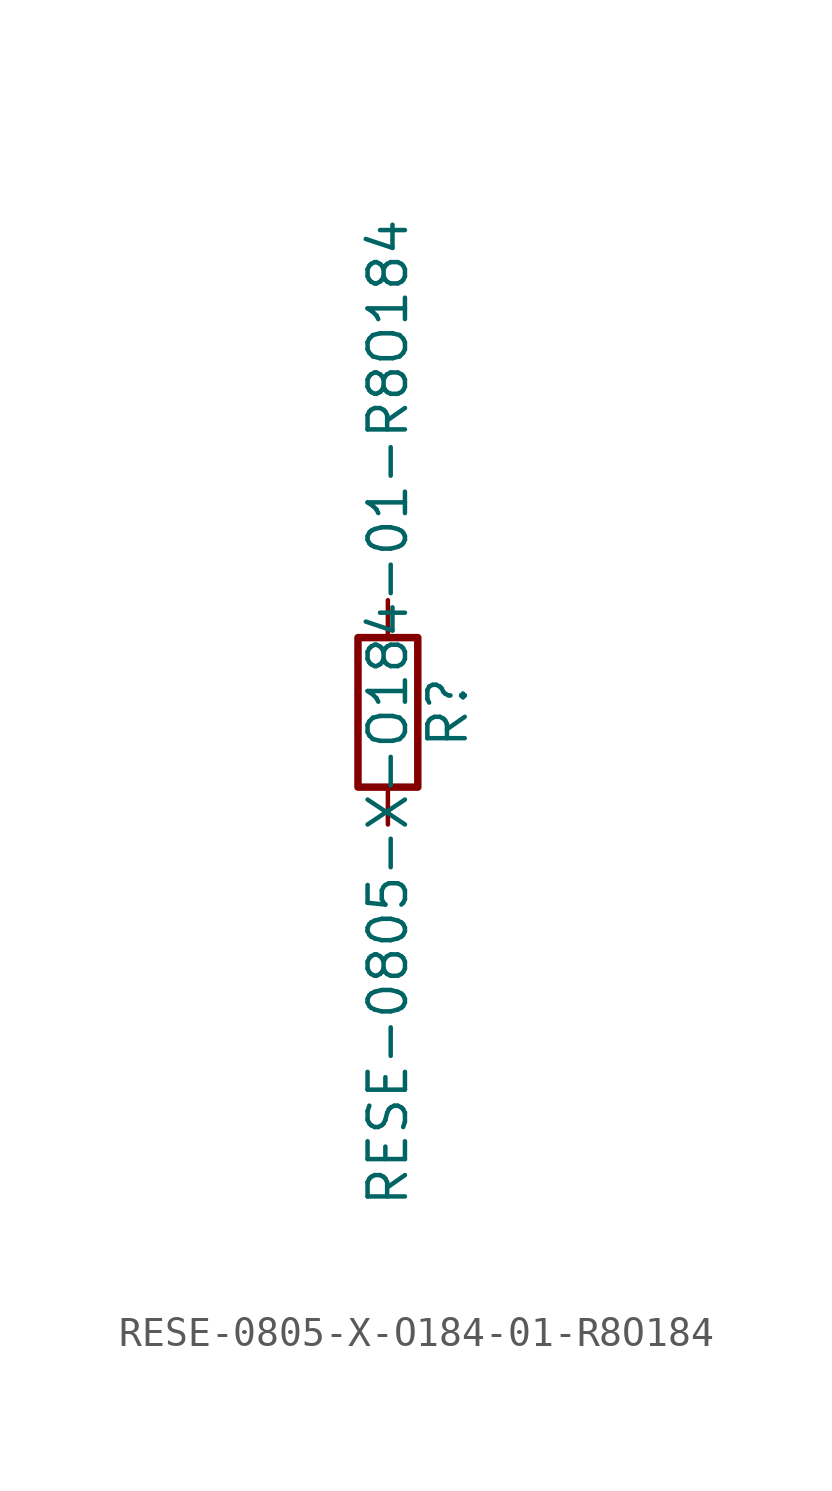
<source format=kicad_sym>
(kicad_symbol_lib
  (version 20211014)
  (generator kicad_symbol_editor)
  (symbol "RESE-0805-X-O184-01-R8O184"
    (pin_numbers hide)
    (pin_names
      (offset 0))
    (property "Reference" "R"
      (at 2.032 0 90)
      (effects (font (size 1.27 1.27))))
    (property "Value" "RESE-0805-X-O184-01-R8O184"
      (at 0 0 90)
      (effects (font (size 1.27 1.27))))
    (symbol "RESE-0805-X-O184-01-R8O184_0_1"
      (rectangle (start -1.016 -2.54) (end 1.016 2.54) (stroke (width 0.254) (type default) (color 0 0 0 0)) (fill (type none))))
    (symbol "RESE-0805-X-O184-01-R8O184_1_1"
      (pin passive line (at 0 3.81 270) (length 1.27) (name "~" (effects (font (size 1.27 1.27)))) (number "1" (effects (font (size 1.27 1.27)))))
      (pin passive line (at 0 -3.81 90) (length 1.27) (name "~" (effects (font (size 1.27 1.27)))) (number "2" (effects (font (size 1.27 1.27))))))))
</source>
